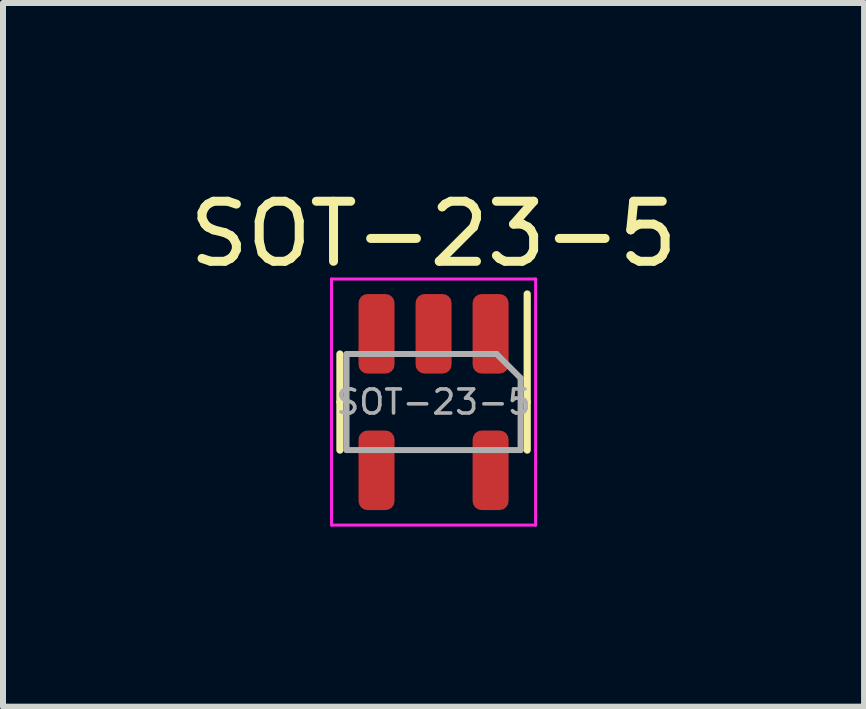
<source format=kicad_pcb>
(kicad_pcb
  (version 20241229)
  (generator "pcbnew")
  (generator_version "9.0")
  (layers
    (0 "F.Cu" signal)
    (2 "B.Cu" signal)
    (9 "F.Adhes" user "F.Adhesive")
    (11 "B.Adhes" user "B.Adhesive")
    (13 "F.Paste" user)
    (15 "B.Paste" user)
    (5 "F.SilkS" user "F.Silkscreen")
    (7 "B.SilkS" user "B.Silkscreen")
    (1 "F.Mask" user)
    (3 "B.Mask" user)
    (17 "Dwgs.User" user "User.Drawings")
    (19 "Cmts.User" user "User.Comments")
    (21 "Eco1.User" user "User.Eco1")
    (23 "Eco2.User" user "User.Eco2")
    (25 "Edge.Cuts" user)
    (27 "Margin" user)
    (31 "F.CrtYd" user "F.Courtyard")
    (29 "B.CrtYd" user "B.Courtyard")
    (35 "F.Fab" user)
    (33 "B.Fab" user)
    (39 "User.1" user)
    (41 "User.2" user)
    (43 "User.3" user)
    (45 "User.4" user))
  (footprint "SOT-23-5"
    (layer "F.Cu")
    (at 4.173 3.648)
    (property "Reference" "SOT-23-5" (at 0 -2.8 0) (layer "F.SilkS") (effects (font (size 1 1) (thickness 0.15))))
    (attr smd)
    (fp_line (start -1.56 0) (end -1.56 -0.8) (stroke (width 0.12) (type solid)) (layer "F.SilkS"))
    (fp_line (start -1.56 0) (end -1.56 0.8) (stroke (width 0.12) (type solid)) (layer "F.SilkS"))
    (fp_line (start 1.56 0) (end 1.56 -1.8) (stroke (width 0.12) (type solid)) (layer "F.SilkS"))
    (fp_line (start 1.56 0) (end 1.56 0.8) (stroke (width 0.12) (type solid)) (layer "F.SilkS"))
    (fp_line (start -1.7 -2.05) (end -1.7 2.05) (stroke (width 0.05) (type solid)) (layer "F.CrtYd"))
    (fp_line (start -1.7 2.05) (end 1.7 2.05) (stroke (width 0.05) (type solid)) (layer "F.CrtYd"))
    (fp_line (start 1.7 -2.05) (end -1.7 -2.05) (stroke (width 0.05) (type solid)) (layer "F.CrtYd"))
    (fp_line (start 1.7 2.05) (end 1.7 -2.05) (stroke (width 0.05) (type solid)) (layer "F.CrtYd"))
    (fp_line (start -1.45 -0.8) (end 1.05 -0.8) (stroke (width 0.1) (type solid)) (layer "F.Fab"))
    (fp_line (start -1.45 0.8) (end -1.45 -0.8) (stroke (width 0.1) (type solid)) (layer "F.Fab"))
    (fp_line (start 1.05 -0.8) (end 1.45 -0.4) (stroke (width 0.1) (type solid)) (layer "F.Fab"))
    (fp_line (start 1.45 -0.4) (end 1.45 0.8) (stroke (width 0.1) (type solid)) (layer "F.Fab"))
    (fp_line (start 1.45 0.8) (end -1.45 0.8) (stroke (width 0.1) (type solid)) (layer "F.Fab"))
    (fp_text user "${REFERENCE}" (at 0 0 180) (layer "F.Fab") (effects (font (size 0.4 0.4) (thickness 0.06))))
    (pad "1" smd roundrect (at 0.95 -1.137 270) (size 1.325 0.6) (layers "F.Cu" "F.Mask" "F.Paste") (roundrect_rratio 0.25))
    (pad "2" smd roundrect (at 0 -1.137 270) (size 1.325 0.6) (layers "F.Cu" "F.Mask" "F.Paste") (roundrect_rratio 0.25))
    (pad "3" smd roundrect (at -0.95 -1.137 270) (size 1.325 0.6) (layers "F.Cu" "F.Mask" "F.Paste") (roundrect_rratio 0.25))
    (pad "4" smd roundrect (at -0.95 1.137 270) (size 1.325 0.6) (layers "F.Cu" "F.Mask" "F.Paste") (roundrect_rratio 0.25))
    (pad "5" smd roundrect (at 0.95 1.137 270) (size 1.325 0.6) (layers "F.Cu" "F.Mask" "F.Paste") (roundrect_rratio 0.25)))
  (gr_rect
    (start -3 -3)
    (end 11.345 8.723)
    (stroke (width 0.1) (type default))
    (fill no)
    (layer "Edge.Cuts")))
</source>
